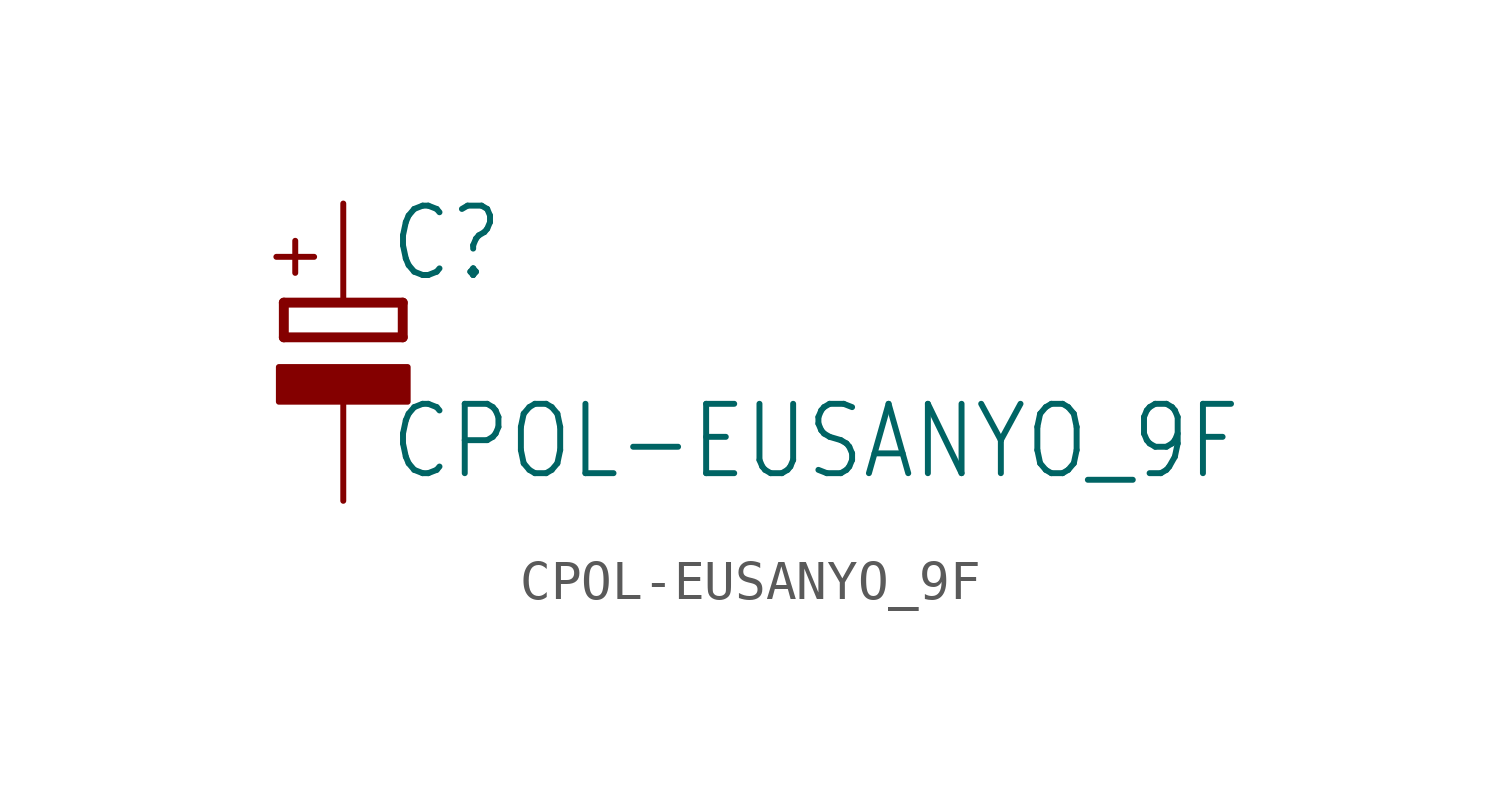
<source format=kicad_sym>
(kicad_symbol_lib
  (version 20220331)
  (generator kicad_symbol_editor)
  (symbol "CPOL-EUSANYO_9F"
    (property "Reference" "C"
      (at 1.143 0.483 0)
      (effects (font (size 1.778 1.511)) (justify left bottom)))
    (property "Value" "CPOL-EUSANYO_9F"
      (at 1.143 -4.597 0)
      (effects (font (size 1.778 1.511)) (justify left bottom)))
    (property "ki_locked" ""
      (at 0 0 0)
      (effects (font (size 1.27 1.27))))
    (symbol "CPOL-EUSANYO_9F_1_0"
      (rectangle (start -1.651 -2.54) (end 1.651 -1.651) (stroke (width 0) (type default)) (fill (type outline)))
      (polyline (pts (xy -1.524 -0.889) (xy 1.524 -0.889)) (stroke (width 0.254) (type solid)) (fill (type none)))
      (polyline (pts (xy -1.524 0) (xy -1.524 -0.889)) (stroke (width 0.254) (type solid)) (fill (type none)))
      (polyline (pts (xy -1.524 0) (xy 1.524 0)) (stroke (width 0.254) (type solid)) (fill (type none)))
      (polyline (pts (xy 1.524 -0.889) (xy 1.524 0)) (stroke (width 0.254) (type solid)) (fill (type none)))
      (text "+" (at -0.584 0.406 900) (effects (font (size 1.27 1.079)) (justify left bottom)))
      (pin passive line (at 0 2.54 270) (length 2.54) (name "+" (effects (font (size 0 0)))) (number "+" (effects (font (size 0 0)))))
      (pin passive line (at 0 -5.08 90) (length 2.54) (name "-" (effects (font (size 0 0)))) (number "-" (effects (font (size 0 0))))))))
</source>
